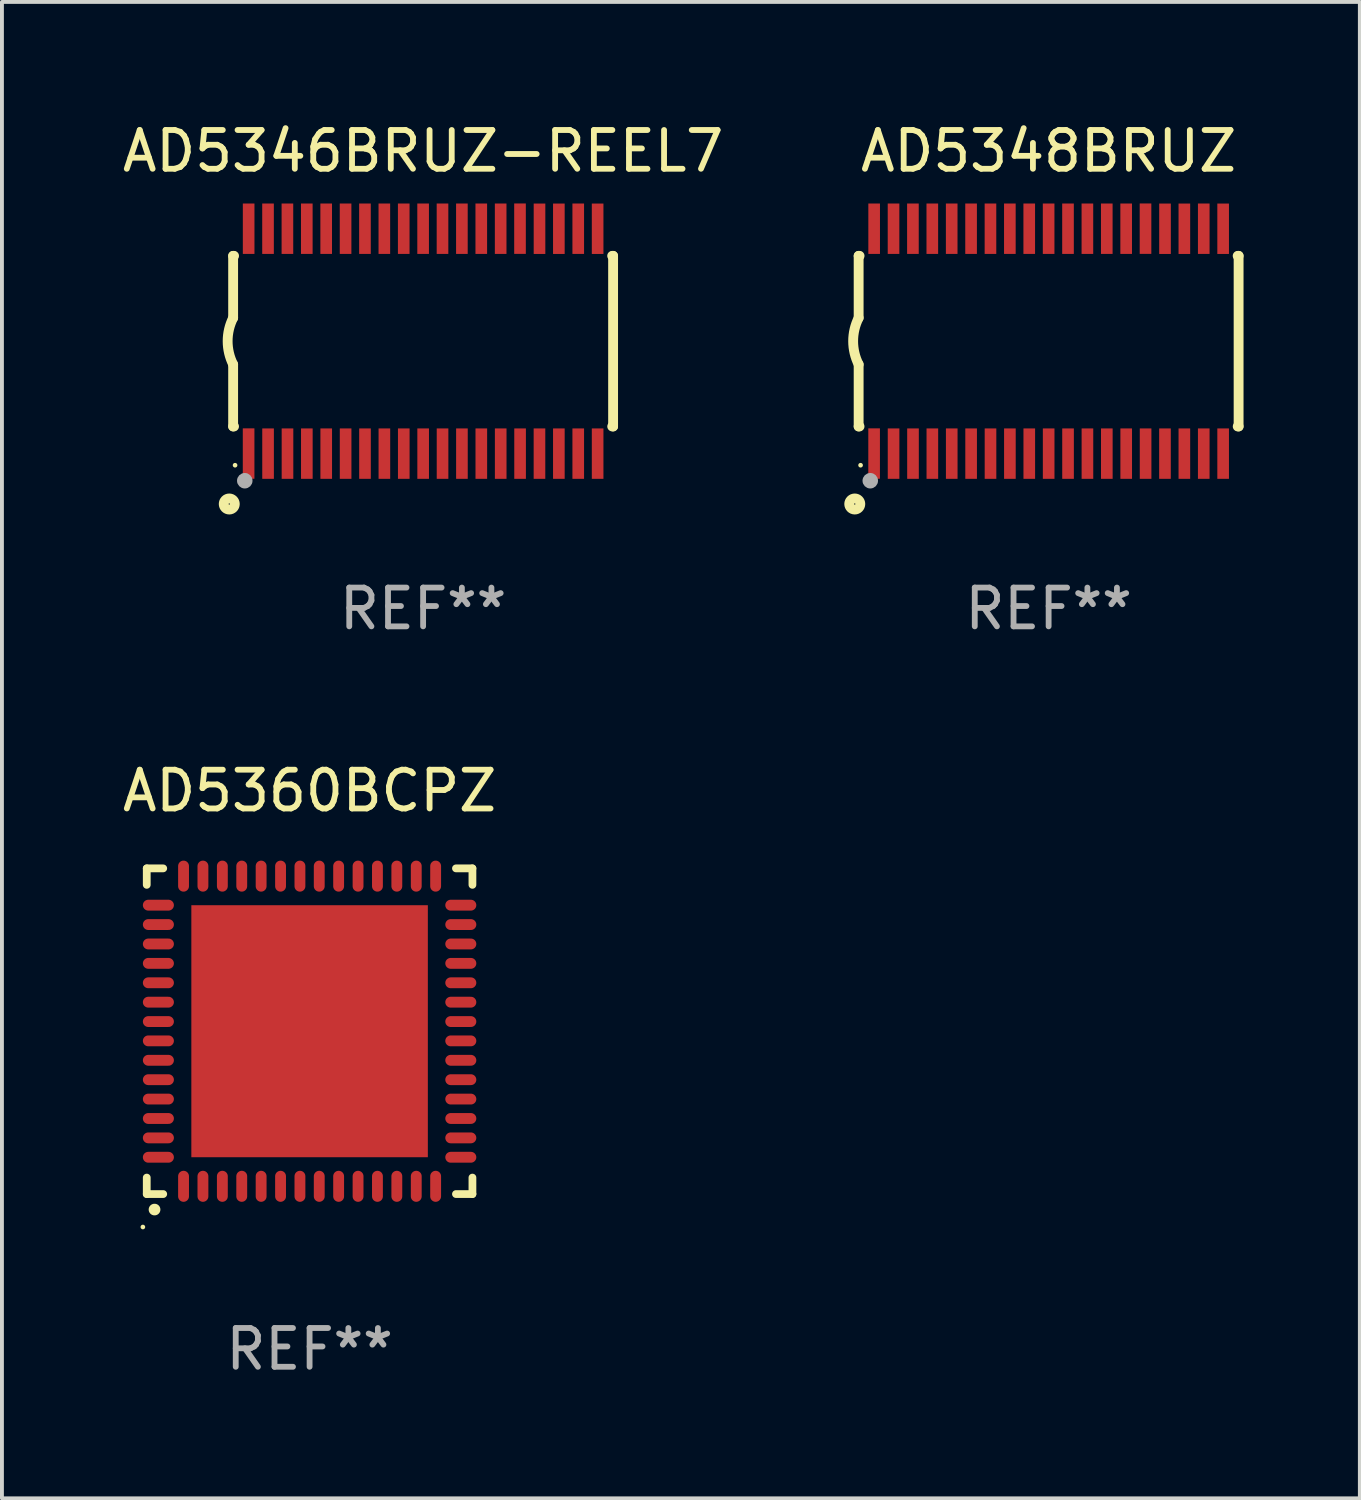
<source format=kicad_pcb>
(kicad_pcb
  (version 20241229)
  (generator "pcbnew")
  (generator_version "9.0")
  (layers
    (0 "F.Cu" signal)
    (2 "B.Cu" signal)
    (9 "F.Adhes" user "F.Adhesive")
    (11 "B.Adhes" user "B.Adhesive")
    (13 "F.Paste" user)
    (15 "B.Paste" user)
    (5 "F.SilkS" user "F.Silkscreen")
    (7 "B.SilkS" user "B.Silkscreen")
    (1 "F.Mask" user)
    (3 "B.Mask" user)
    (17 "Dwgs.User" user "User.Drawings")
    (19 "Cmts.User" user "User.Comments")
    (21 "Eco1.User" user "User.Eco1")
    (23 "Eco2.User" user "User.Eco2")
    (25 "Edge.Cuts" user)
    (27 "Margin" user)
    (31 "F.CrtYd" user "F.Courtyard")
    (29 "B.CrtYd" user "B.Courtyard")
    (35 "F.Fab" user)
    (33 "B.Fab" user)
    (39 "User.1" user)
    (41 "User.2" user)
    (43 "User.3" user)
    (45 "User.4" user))
  (footprint "AD5346BRUZ-REEL7"
    (layer "F.Cu")
    (at 7.863 5.749)
    (property "Reference" "AD5346BRUZ-REEL7" (at 0 -4.901 0) (layer "F.SilkS") (effects (font (size 1 1) (thickness 0.15))))
    (attr through_hole)
    (fp_line (start -4.9 -2.2) (end -4.9 -0.6) (stroke (width 0.254) (type solid)) (layer "F.SilkS"))
    (fp_line (start -4.9 -2.2) (end -4.876 -2.2) (stroke (width 0.254) (type solid)) (layer "F.SilkS"))
    (fp_line (start -4.9 2.2) (end -4.9 0.6) (stroke (width 0.254) (type solid)) (layer "F.SilkS"))
    (fp_line (start -4.9 2.2) (end -4.877 2.2) (stroke (width 0.254) (type solid)) (layer "F.SilkS"))
    (fp_line (start 4.876 -2.2) (end 4.9 -2.2) (stroke (width 0.254) (type solid)) (layer "F.SilkS"))
    (fp_line (start 4.877 2.2) (end 4.9 2.2) (stroke (width 0.254) (type solid)) (layer "F.SilkS"))
    (fp_line (start 4.9 -2.2) (end 4.9 2.2) (stroke (width 0.254) (type solid)) (layer "F.SilkS"))
    (fp_arc (start -4.900051 0.599822) (mid -5.041652 -0.000095) (end -4.9 -0.6) (stroke (width 0.254001) (type solid)) (layer "F.SilkS"))
    (fp_circle (center -5 4.2) (end -4.857 4.2) (stroke (width 0.254) (type solid)) (fill no) (layer "F.SilkS"))
    (fp_circle (center -4.85 3.2) (end -4.82 3.2) (stroke (width 0.06) (type solid)) (fill no) (layer "F.SilkS"))
    (fp_circle (center -4.6 3.6) (end -4.5 3.6) (stroke (width 0.2) (type solid)) (fill no) (layer "F.Fab"))
    (fp_text user "REF**" (at 0 6.901 0) (layer "F.Fab") (effects (font (size 1 1) (thickness 0.15))))
    (pad "1" smd rect (at -4.501 2.899 90) (size 1.3 0.3) (layers "F.Cu" "F.Mask" "F.Paste"))
    (pad "2" smd rect (at -3.999 2.901 90) (size 1.3 0.3) (layers "F.Cu" "F.Mask" "F.Paste"))
    (pad "3" smd rect (at -3.498 2.901 90) (size 1.3 0.3) (layers "F.Cu" "F.Mask" "F.Paste"))
    (pad "4" smd rect (at -2.999 2.901 90) (size 1.3 0.3) (layers "F.Cu" "F.Mask" "F.Paste"))
    (pad "5" smd rect (at -2.499 2.901 90) (size 1.3 0.3) (layers "F.Cu" "F.Mask" "F.Paste"))
    (pad "6" smd rect (at -1.999 2.901 90) (size 1.3 0.3) (layers "F.Cu" "F.Mask" "F.Paste"))
    (pad "7" smd rect (at -1.499 2.901 90) (size 1.3 0.3) (layers "F.Cu" "F.Mask" "F.Paste"))
    (pad "8" smd rect (at -0.999 2.901 90) (size 1.3 0.3) (layers "F.Cu" "F.Mask" "F.Paste"))
    (pad "9" smd rect (at -0.499 2.901 90) (size 1.3 0.3) (layers "F.Cu" "F.Mask" "F.Paste"))
    (pad "10" smd rect (at 0.001 2.901 90) (size 1.3 0.3) (layers "F.Cu" "F.Mask" "F.Paste"))
    (pad "11" smd rect (at 0.501 2.901 90) (size 1.3 0.3) (layers "F.Cu" "F.Mask" "F.Paste"))
    (pad "12" smd rect (at 1.001 2.901 90) (size 1.3 0.3) (layers "F.Cu" "F.Mask" "F.Paste"))
    (pad "13" smd rect (at 1.501 2.901 90) (size 1.3 0.3) (layers "F.Cu" "F.Mask" "F.Paste"))
    (pad "14" smd rect (at 2.001 2.901 90) (size 1.3 0.3) (layers "F.Cu" "F.Mask" "F.Paste"))
    (pad "15" smd rect (at 2.501 2.901 90) (size 1.3 0.3) (layers "F.Cu" "F.Mask" "F.Paste"))
    (pad "16" smd rect (at 3.001 2.901 90) (size 1.3 0.3) (layers "F.Cu" "F.Mask" "F.Paste"))
    (pad "17" smd rect (at 3.501 2.901 90) (size 1.3 0.3) (layers "F.Cu" "F.Mask" "F.Paste"))
    (pad "18" smd rect (at 4.001 2.901 90) (size 1.3 0.3) (layers "F.Cu" "F.Mask" "F.Paste"))
    (pad "19" smd rect (at 4.501 2.901 90) (size 1.3 0.3) (layers "F.Cu" "F.Mask" "F.Paste"))
    (pad "20" smd rect (at 4.501 -2.899 90) (size 1.3 0.3) (layers "F.Cu" "F.Mask" "F.Paste"))
    (pad "21" smd rect (at 4.001 -2.9 90) (size 1.3 0.3) (layers "F.Cu" "F.Mask" "F.Paste"))
    (pad "22" smd rect (at 3.501 -2.899 90) (size 1.3 0.3) (layers "F.Cu" "F.Mask" "F.Paste"))
    (pad "23" smd rect (at 3.002 -2.899 90) (size 1.3 0.3) (layers "F.Cu" "F.Mask" "F.Paste"))
    (pad "24" smd rect (at 2.499 -2.901 90) (size 1.3 0.3) (layers "F.Cu" "F.Mask" "F.Paste"))
    (pad "25" smd rect (at 2 -2.9 90) (size 1.3 0.3) (layers "F.Cu" "F.Mask" "F.Paste"))
    (pad "26" smd rect (at 1.5 -2.9 90) (size 1.3 0.3) (layers "F.Cu" "F.Mask" "F.Paste"))
    (pad "27" smd rect (at 1 -2.9 90) (size 1.3 0.3) (layers "F.Cu" "F.Mask" "F.Paste"))
    (pad "28" smd rect (at 0.5 -2.9 90) (size 1.3 0.3) (layers "F.Cu" "F.Mask" "F.Paste"))
    (pad "29" smd rect (at 0.000127 -2.9 90) (size 1.3 0.3) (layers "F.Cu" "F.Mask" "F.Paste"))
    (pad "30" smd rect (at -0.5 -2.9 90) (size 1.3 0.3) (layers "F.Cu" "F.Mask" "F.Paste"))
    (pad "31" smd rect (at -1 -2.9 90) (size 1.3 0.3) (layers "F.Cu" "F.Mask" "F.Paste"))
    (pad "32" smd rect (at -1.5 -2.9 90) (size 1.3 0.3) (layers "F.Cu" "F.Mask" "F.Paste"))
    (pad "33" smd rect (at -2 -2.9 90) (size 1.3 0.3) (layers "F.Cu" "F.Mask" "F.Paste"))
    (pad "34" smd rect (at -2.5 -2.9 90) (size 1.3 0.3) (layers "F.Cu" "F.Mask" "F.Paste"))
    (pad "35" smd rect (at -3 -2.9 90) (size 1.3 0.3) (layers "F.Cu" "F.Mask" "F.Paste"))
    (pad "36" smd rect (at -3.5 -2.9 90) (size 1.3 0.3) (layers "F.Cu" "F.Mask" "F.Paste"))
    (pad "37" smd rect (at -4 -2.9 90) (size 1.3 0.3) (layers "F.Cu" "F.Mask" "F.Paste"))
    (pad "38" smd rect (at -4.5 -2.9 90) (size 1.3 0.3) (layers "F.Cu" "F.Mask" "F.Paste")))
  (footprint "AD5360BCPZ"
    (layer "F.Cu")
    (at 4.935 23.547)
    (property "Reference" "AD5360BCPZ" (at 0 -6.2 0) (layer "F.SilkS") (effects (font (size 1 1) (thickness 0.15))))
    (attr through_hole)
    (fp_line (start -4.2 -4.2) (end -4.2 -3.775) (stroke (width 0.2) (type solid)) (layer "F.SilkS"))
    (fp_line (start -4.2 4.2) (end -4.2 3.775) (stroke (width 0.2) (type solid)) (layer "F.SilkS"))
    (fp_line (start -3.775 -4.2) (end -4.2 -4.2) (stroke (width 0.2) (type solid)) (layer "F.SilkS"))
    (fp_line (start -3.775 4.2) (end -4.2 4.2) (stroke (width 0.2) (type solid)) (layer "F.SilkS"))
    (fp_line (start 3.775 4.2) (end 4.2 4.2) (stroke (width 0.2) (type solid)) (layer "F.SilkS"))
    (fp_line (start 4.2 -4.2) (end 3.775 -4.2) (stroke (width 0.2) (type solid)) (layer "F.SilkS"))
    (fp_line (start 4.2 -3.775) (end 4.2 -4.2) (stroke (width 0.2) (type solid)) (layer "F.SilkS"))
    (fp_line (start 4.2 4.2) (end 4.2 3.775) (stroke (width 0.2) (type solid)) (layer "F.SilkS"))
    (fp_arc (start -4.000508 4.599949) (mid -3.999238 4.599944) (end -3.997968 4.599949) (stroke (width 0.3) (type solid)) (layer "F.SilkS"))
    (fp_circle (center -4.3 5.05) (end -4.27 5.05) (stroke (width 0.06) (type solid)) (fill no) (layer "F.SilkS"))
    (fp_text user "REF**" (at 0 8.2 0) (layer "F.Fab") (effects (font (size 1 1) (thickness 0.15))))
    (pad "1" smd oval (at -3.251 4 180) (size 0.28 0.8) (layers "F.Cu" "F.Mask" "F.Paste"))
    (pad "2" smd oval (at -2.751 4 180) (size 0.28 0.8) (layers "F.Cu" "F.Mask" "F.Paste"))
    (pad "3" smd oval (at -2.25 4 180) (size 0.28 0.8) (layers "F.Cu" "F.Mask" "F.Paste"))
    (pad "4" smd oval (at -1.75 4 180) (size 0.28 0.8) (layers "F.Cu" "F.Mask" "F.Paste"))
    (pad "5" smd oval (at -1.25 4 180) (size 0.28 0.8) (layers "F.Cu" "F.Mask" "F.Paste"))
    (pad "6" smd oval (at -0.749 4 180) (size 0.28 0.8) (layers "F.Cu" "F.Mask" "F.Paste"))
    (pad "7" smd oval (at -0.249 4 180) (size 0.28 0.8) (layers "F.Cu" "F.Mask" "F.Paste"))
    (pad "8" smd oval (at 0.249 4 180) (size 0.28 0.8) (layers "F.Cu" "F.Mask" "F.Paste"))
    (pad "9" smd oval (at 0.749 4 180) (size 0.28 0.8) (layers "F.Cu" "F.Mask" "F.Paste"))
    (pad "10" smd oval (at 1.25 4 180) (size 0.28 0.8) (layers "F.Cu" "F.Mask" "F.Paste"))
    (pad "11" smd oval (at 1.75 4 180) (size 0.28 0.8) (layers "F.Cu" "F.Mask" "F.Paste"))
    (pad "12" smd oval (at 2.25 4 180) (size 0.28 0.8) (layers "F.Cu" "F.Mask" "F.Paste"))
    (pad "13" smd oval (at 2.751 4 180) (size 0.28 0.8) (layers "F.Cu" "F.Mask" "F.Paste"))
    (pad "14" smd oval (at 3.251 4 180) (size 0.28 0.8) (layers "F.Cu" "F.Mask" "F.Paste"))
    (pad "15" smd oval (at 3.9 3.251 90) (size 0.28 0.8) (layers "F.Cu" "F.Mask" "F.Paste"))
    (pad "16" smd oval (at 3.9 2.751 90) (size 0.28 0.8) (layers "F.Cu" "F.Mask" "F.Paste"))
    (pad "17" smd oval (at 3.9 2.251 90) (size 0.28 0.8) (layers "F.Cu" "F.Mask" "F.Paste"))
    (pad "18" smd oval (at 3.9 1.75 90) (size 0.28 0.8) (layers "F.Cu" "F.Mask" "F.Paste"))
    (pad "19" smd oval (at 3.9 1.25 90) (size 0.28 0.8) (layers "F.Cu" "F.Mask" "F.Paste"))
    (pad "20" smd oval (at 3.9 0.75 90) (size 0.28 0.8) (layers "F.Cu" "F.Mask" "F.Paste"))
    (pad "21" smd oval (at 3.9 0.249 90) (size 0.28 0.8) (layers "F.Cu" "F.Mask" "F.Paste"))
    (pad "22" smd oval (at 3.9 -0.249 90) (size 0.28 0.8) (layers "F.Cu" "F.Mask" "F.Paste"))
    (pad "23" smd oval (at 3.9 -0.749 90) (size 0.28 0.8) (layers "F.Cu" "F.Mask" "F.Paste"))
    (pad "24" smd oval (at 3.9 -1.249 90) (size 0.28 0.8) (layers "F.Cu" "F.Mask" "F.Paste"))
    (pad "25" smd oval (at 3.9 -1.75 90) (size 0.28 0.8) (layers "F.Cu" "F.Mask" "F.Paste"))
    (pad "26" smd oval (at 3.9 -2.25 90) (size 0.28 0.8) (layers "F.Cu" "F.Mask" "F.Paste"))
    (pad "27" smd oval (at 3.9 -2.751 90) (size 0.28 0.8) (layers "F.Cu" "F.Mask" "F.Paste"))
    (pad "28" smd oval (at 3.9 -3.251 90) (size 0.28 0.8) (layers "F.Cu" "F.Mask" "F.Paste"))
    (pad "29" smd oval (at 3.251 -4 180) (size 0.28 0.8) (layers "F.Cu" "F.Mask" "F.Paste"))
    (pad "30" smd oval (at 2.751 -4 180) (size 0.28 0.8) (layers "F.Cu" "F.Mask" "F.Paste"))
    (pad "31" smd oval (at 2.25 -4 180) (size 0.28 0.8) (layers "F.Cu" "F.Mask" "F.Paste"))
    (pad "32" smd oval (at 1.75 -4 180) (size 0.28 0.8) (layers "F.Cu" "F.Mask" "F.Paste"))
    (pad "33" smd oval (at 1.25 -4 180) (size 0.28 0.8) (layers "F.Cu" "F.Mask" "F.Paste"))
    (pad "34" smd oval (at 0.749 -4 180) (size 0.28 0.8) (layers "F.Cu" "F.Mask" "F.Paste"))
    (pad "35" smd oval (at 0.249 -4 180) (size 0.28 0.8) (layers "F.Cu" "F.Mask" "F.Paste"))
    (pad "36" smd oval (at -0.249 -4 180) (size 0.28 0.8) (layers "F.Cu" "F.Mask" "F.Paste"))
    (pad "37" smd oval (at -0.749 -4 180) (size 0.28 0.8) (layers "F.Cu" "F.Mask" "F.Paste"))
    (pad "38" smd oval (at -1.25 -4 180) (size 0.28 0.8) (layers "F.Cu" "F.Mask" "F.Paste"))
    (pad "39" smd oval (at -1.75 -4 180) (size 0.28 0.8) (layers "F.Cu" "F.Mask" "F.Paste"))
    (pad "40" smd oval (at -2.25 -4 180) (size 0.28 0.8) (layers "F.Cu" "F.Mask" "F.Paste"))
    (pad "41" smd oval (at -2.751 -4 180) (size 0.28 0.8) (layers "F.Cu" "F.Mask" "F.Paste"))
    (pad "42" smd oval (at -3.251 -4 180) (size 0.28 0.8) (layers "F.Cu" "F.Mask" "F.Paste"))
    (pad "43" smd oval (at -3.9 -3.251 90) (size 0.28 0.8) (layers "F.Cu" "F.Mask" "F.Paste"))
    (pad "44" smd oval (at -3.9 -2.751 90) (size 0.28 0.8) (layers "F.Cu" "F.Mask" "F.Paste"))
    (pad "45" smd oval (at -3.9 -2.25 90) (size 0.28 0.8) (layers "F.Cu" "F.Mask" "F.Paste"))
    (pad "46" smd oval (at -3.9 -1.75 90) (size 0.28 0.8) (layers "F.Cu" "F.Mask" "F.Paste"))
    (pad "47" smd oval (at -3.9 -1.249 90) (size 0.28 0.8) (layers "F.Cu" "F.Mask" "F.Paste"))
    (pad "48" smd oval (at -3.9 -0.749 90) (size 0.28 0.8) (layers "F.Cu" "F.Mask" "F.Paste"))
    (pad "49" smd oval (at -3.9 -0.249 90) (size 0.28 0.8) (layers "F.Cu" "F.Mask" "F.Paste"))
    (pad "50" smd oval (at -3.9 0.249 90) (size 0.28 0.8) (layers "F.Cu" "F.Mask" "F.Paste"))
    (pad "51" smd oval (at -3.9 0.75 90) (size 0.28 0.8) (layers "F.Cu" "F.Mask" "F.Paste"))
    (pad "52" smd oval (at -3.9 1.25 90) (size 0.28 0.8) (layers "F.Cu" "F.Mask" "F.Paste"))
    (pad "53" smd oval (at -3.9 1.75 90) (size 0.28 0.8) (layers "F.Cu" "F.Mask" "F.Paste"))
    (pad "54" smd oval (at -3.9 2.251 90) (size 0.28 0.8) (layers "F.Cu" "F.Mask" "F.Paste"))
    (pad "55" smd oval (at -3.9 2.751 90) (size 0.28 0.8) (layers "F.Cu" "F.Mask" "F.Paste"))
    (pad "56" smd oval (at -3.9 3.251 90) (size 0.28 0.8) (layers "F.Cu" "F.Mask" "F.Paste"))
    (pad "57" smd rect (at 0 0.000203 90) (size 6.5 6.1) (layers "F.Cu" "F.Mask" "F.Paste")))
  (footprint "AD5348BRUZ"
    (layer "F.Cu")
    (at 23.996 5.749)
    (property "Reference" "AD5348BRUZ" (at 0 -4.901 0) (layer "F.SilkS") (effects (font (size 1 1) (thickness 0.15))))
    (attr through_hole)
    (fp_line (start -4.9 -2.2) (end -4.9 -0.6) (stroke (width 0.254) (type solid)) (layer "F.SilkS"))
    (fp_line (start -4.9 -2.2) (end -4.876 -2.2) (stroke (width 0.254) (type solid)) (layer "F.SilkS"))
    (fp_line (start -4.9 2.2) (end -4.9 0.6) (stroke (width 0.254) (type solid)) (layer "F.SilkS"))
    (fp_line (start -4.9 2.2) (end -4.877 2.2) (stroke (width 0.254) (type solid)) (layer "F.SilkS"))
    (fp_line (start 4.876 -2.2) (end 4.9 -2.2) (stroke (width 0.254) (type solid)) (layer "F.SilkS"))
    (fp_line (start 4.877 2.2) (end 4.9 2.2) (stroke (width 0.254) (type solid)) (layer "F.SilkS"))
    (fp_line (start 4.9 -2.2) (end 4.9 2.2) (stroke (width 0.254) (type solid)) (layer "F.SilkS"))
    (fp_arc (start -4.900051 0.599822) (mid -5.041652 -0.000095) (end -4.9 -0.6) (stroke (width 0.254001) (type solid)) (layer "F.SilkS"))
    (fp_circle (center -5 4.2) (end -4.857 4.2) (stroke (width 0.254) (type solid)) (fill no) (layer "F.SilkS"))
    (fp_circle (center -4.85 3.2) (end -4.82 3.2) (stroke (width 0.06) (type solid)) (fill no) (layer "F.SilkS"))
    (fp_circle (center -4.6 3.6) (end -4.5 3.6) (stroke (width 0.2) (type solid)) (fill no) (layer "F.Fab"))
    (fp_text user "REF**" (at 0 6.901 0) (layer "F.Fab") (effects (font (size 1 1) (thickness 0.15))))
    (pad "1" smd rect (at -4.501 2.899 90) (size 1.3 0.3) (layers "F.Cu" "F.Mask" "F.Paste"))
    (pad "2" smd rect (at -3.999 2.901 90) (size 1.3 0.3) (layers "F.Cu" "F.Mask" "F.Paste"))
    (pad "3" smd rect (at -3.498 2.901 90) (size 1.3 0.3) (layers "F.Cu" "F.Mask" "F.Paste"))
    (pad "4" smd rect (at -2.999 2.901 90) (size 1.3 0.3) (layers "F.Cu" "F.Mask" "F.Paste"))
    (pad "5" smd rect (at -2.499 2.901 90) (size 1.3 0.3) (layers "F.Cu" "F.Mask" "F.Paste"))
    (pad "6" smd rect (at -1.999 2.901 90) (size 1.3 0.3) (layers "F.Cu" "F.Mask" "F.Paste"))
    (pad "7" smd rect (at -1.499 2.901 90) (size 1.3 0.3) (layers "F.Cu" "F.Mask" "F.Paste"))
    (pad "8" smd rect (at -0.999 2.901 90) (size 1.3 0.3) (layers "F.Cu" "F.Mask" "F.Paste"))
    (pad "9" smd rect (at -0.499 2.901 90) (size 1.3 0.3) (layers "F.Cu" "F.Mask" "F.Paste"))
    (pad "10" smd rect (at 0.001 2.901 90) (size 1.3 0.3) (layers "F.Cu" "F.Mask" "F.Paste"))
    (pad "11" smd rect (at 0.501 2.901 90) (size 1.3 0.3) (layers "F.Cu" "F.Mask" "F.Paste"))
    (pad "12" smd rect (at 1.001 2.901 90) (size 1.3 0.3) (layers "F.Cu" "F.Mask" "F.Paste"))
    (pad "13" smd rect (at 1.501 2.901 90) (size 1.3 0.3) (layers "F.Cu" "F.Mask" "F.Paste"))
    (pad "14" smd rect (at 2.001 2.901 90) (size 1.3 0.3) (layers "F.Cu" "F.Mask" "F.Paste"))
    (pad "15" smd rect (at 2.501 2.901 90) (size 1.3 0.3) (layers "F.Cu" "F.Mask" "F.Paste"))
    (pad "16" smd rect (at 3.001 2.901 90) (size 1.3 0.3) (layers "F.Cu" "F.Mask" "F.Paste"))
    (pad "17" smd rect (at 3.501 2.901 90) (size 1.3 0.3) (layers "F.Cu" "F.Mask" "F.Paste"))
    (pad "18" smd rect (at 4.001 2.901 90) (size 1.3 0.3) (layers "F.Cu" "F.Mask" "F.Paste"))
    (pad "19" smd rect (at 4.501 2.901 90) (size 1.3 0.3) (layers "F.Cu" "F.Mask" "F.Paste"))
    (pad "20" smd rect (at 4.501 -2.899 90) (size 1.3 0.3) (layers "F.Cu" "F.Mask" "F.Paste"))
    (pad "21" smd rect (at 4.001 -2.9 90) (size 1.3 0.3) (layers "F.Cu" "F.Mask" "F.Paste"))
    (pad "22" smd rect (at 3.501 -2.899 90) (size 1.3 0.3) (layers "F.Cu" "F.Mask" "F.Paste"))
    (pad "23" smd rect (at 3.002 -2.899 90) (size 1.3 0.3) (layers "F.Cu" "F.Mask" "F.Paste"))
    (pad "24" smd rect (at 2.499 -2.901 90) (size 1.3 0.3) (layers "F.Cu" "F.Mask" "F.Paste"))
    (pad "25" smd rect (at 2 -2.9 90) (size 1.3 0.3) (layers "F.Cu" "F.Mask" "F.Paste"))
    (pad "26" smd rect (at 1.5 -2.9 90) (size 1.3 0.3) (layers "F.Cu" "F.Mask" "F.Paste"))
    (pad "27" smd rect (at 1 -2.9 90) (size 1.3 0.3) (layers "F.Cu" "F.Mask" "F.Paste"))
    (pad "28" smd rect (at 0.5 -2.9 90) (size 1.3 0.3) (layers "F.Cu" "F.Mask" "F.Paste"))
    (pad "29" smd rect (at 0.000127 -2.9 90) (size 1.3 0.3) (layers "F.Cu" "F.Mask" "F.Paste"))
    (pad "30" smd rect (at -0.5 -2.9 90) (size 1.3 0.3) (layers "F.Cu" "F.Mask" "F.Paste"))
    (pad "31" smd rect (at -1 -2.9 90) (size 1.3 0.3) (layers "F.Cu" "F.Mask" "F.Paste"))
    (pad "32" smd rect (at -1.5 -2.9 90) (size 1.3 0.3) (layers "F.Cu" "F.Mask" "F.Paste"))
    (pad "33" smd rect (at -2 -2.9 90) (size 1.3 0.3) (layers "F.Cu" "F.Mask" "F.Paste"))
    (pad "34" smd rect (at -2.5 -2.9 90) (size 1.3 0.3) (layers "F.Cu" "F.Mask" "F.Paste"))
    (pad "35" smd rect (at -3 -2.9 90) (size 1.3 0.3) (layers "F.Cu" "F.Mask" "F.Paste"))
    (pad "36" smd rect (at -3.5 -2.9 90) (size 1.3 0.3) (layers "F.Cu" "F.Mask" "F.Paste"))
    (pad "37" smd rect (at -4 -2.9 90) (size 1.3 0.3) (layers "F.Cu" "F.Mask" "F.Paste"))
    (pad "38" smd rect (at -4.5 -2.9 90) (size 1.3 0.3) (layers "F.Cu" "F.Mask" "F.Paste")))
  (gr_rect
    (start -3 -3)
    (end 32.023 35.595)
    (stroke (width 0.1) (type default))
    (fill no)
    (layer "Edge.Cuts")))
</source>
